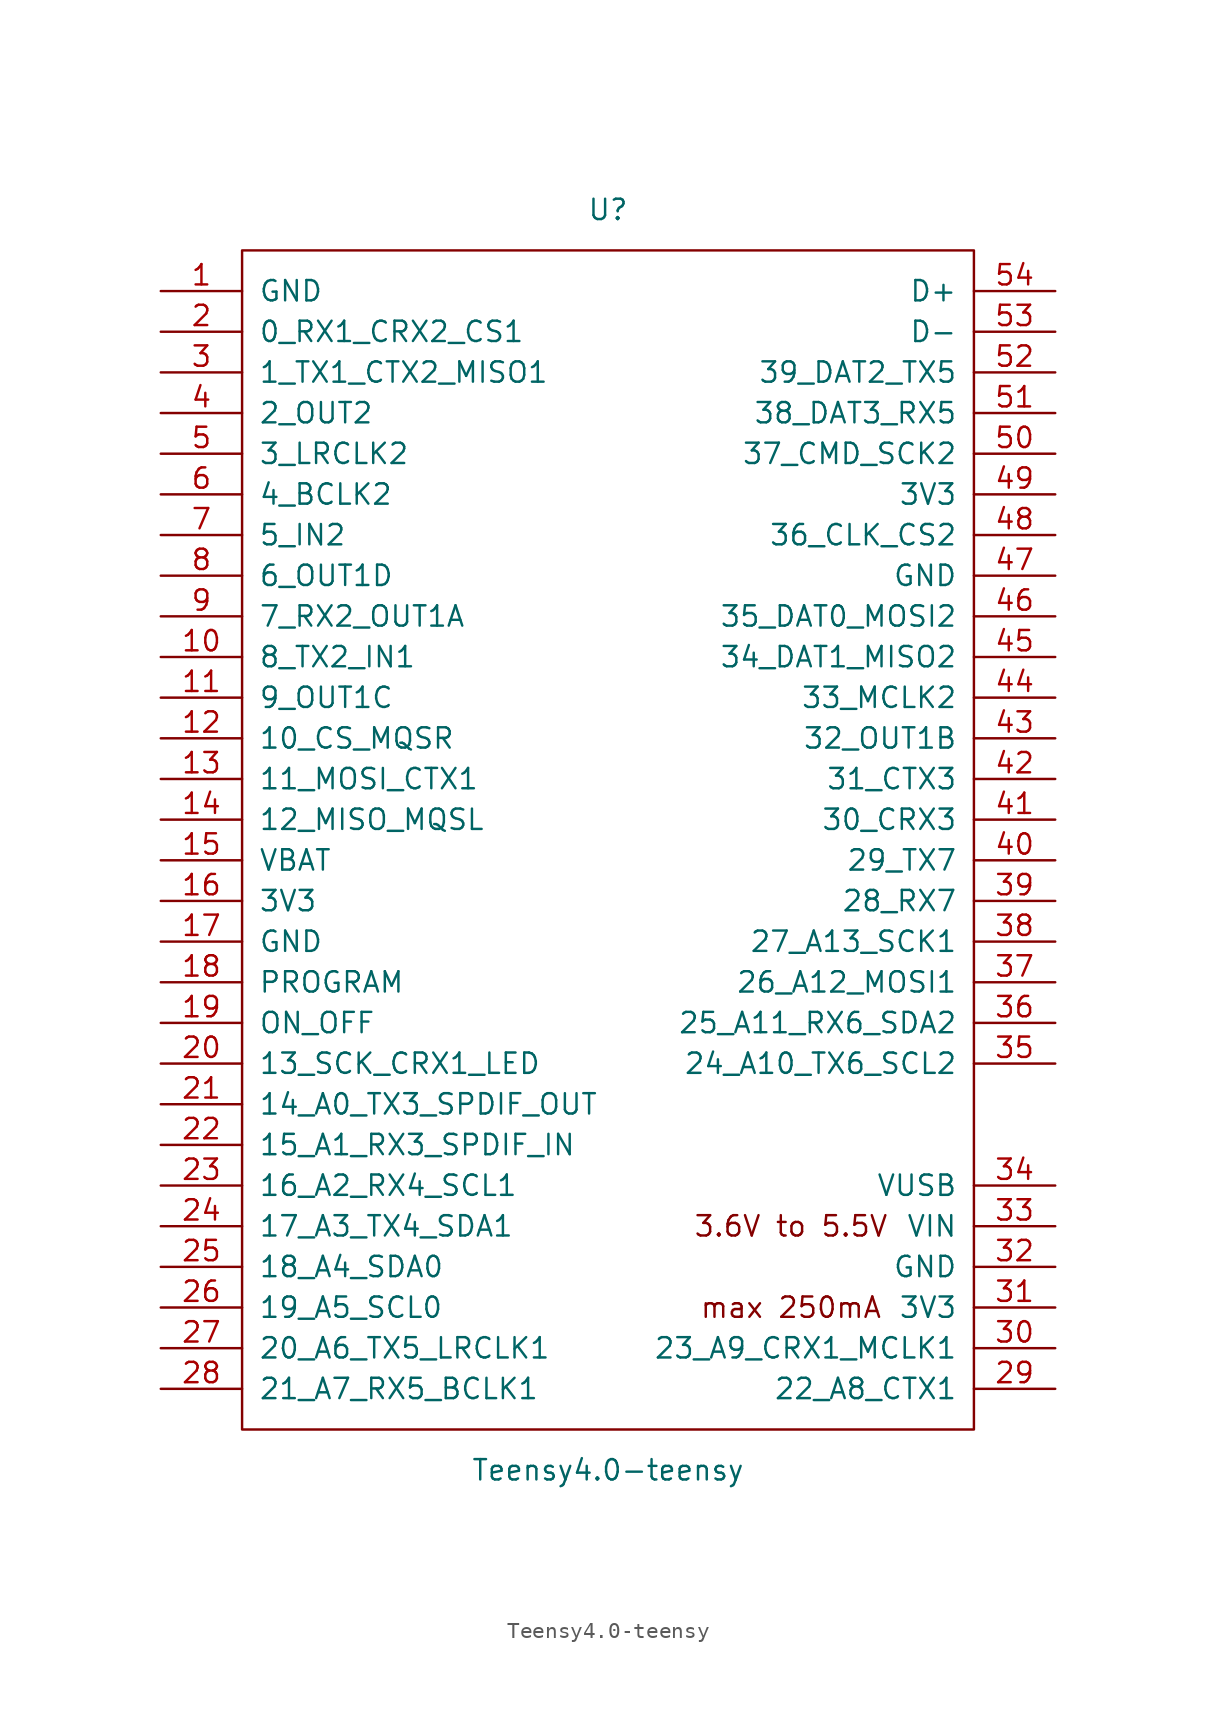
<source format=kicad_sym>
(kicad_symbol_lib
  (version 20211014)
  (generator kicad_symbol_editor)
  (symbol "Teensy4.0-teensy"
    (pin_names
      (offset 1.016))
    (property "Reference" "U"
      (at 0 39.37 0)
      (effects (font (size 1.27 1.27))))
    (property "Value" "Teensy4.0-teensy"
      (at 0 -39.37 0)
      (effects (font (size 1.27 1.27))))
    (symbol "Teensy4.0-teensy_0_0"
      (text "3.6V to 5.5V" (at 11.43 -24.13 0) (effects (font (size 1.27 1.27))))
      (text "max 250mA" (at 11.43 -29.21 0) (effects (font (size 1.27 1.27))))
      (pin bidirectional line (at -27.94 11.43 0) (length 5.08) (name "8_TX2_IN1" (effects (font (size 1.27 1.27)))) (number "10" (effects (font (size 1.27 1.27)))))
      (pin bidirectional line (at -27.94 8.89 0) (length 5.08) (name "9_OUT1C" (effects (font (size 1.27 1.27)))) (number "11" (effects (font (size 1.27 1.27)))))
      (pin bidirectional line (at -27.94 6.35 0) (length 5.08) (name "10_CS_MQSR" (effects (font (size 1.27 1.27)))) (number "12" (effects (font (size 1.27 1.27)))))
      (pin bidirectional line (at -27.94 3.81 0) (length 5.08) (name "11_MOSI_CTX1" (effects (font (size 1.27 1.27)))) (number "13" (effects (font (size 1.27 1.27)))))
      (pin bidirectional line (at -27.94 1.27 0) (length 5.08) (name "12_MISO_MQSL" (effects (font (size 1.27 1.27)))) (number "14" (effects (font (size 1.27 1.27)))))
      (pin power_in line (at -27.94 -1.27 0) (length 5.08) (name "VBAT" (effects (font (size 1.27 1.27)))) (number "15" (effects (font (size 1.27 1.27)))))
      (pin power_in line (at -27.94 -3.81 0) (length 5.08) (name "3V3" (effects (font (size 1.27 1.27)))) (number "16" (effects (font (size 1.27 1.27)))))
      (pin power_in line (at -27.94 -6.35 0) (length 5.08) (name "GND" (effects (font (size 1.27 1.27)))) (number "17" (effects (font (size 1.27 1.27)))))
      (pin input line (at -27.94 -8.89 0) (length 5.08) (name "PROGRAM" (effects (font (size 1.27 1.27)))) (number "18" (effects (font (size 1.27 1.27)))))
      (pin input line (at -27.94 -11.43 0) (length 5.08) (name "ON_OFF" (effects (font (size 1.27 1.27)))) (number "19" (effects (font (size 1.27 1.27)))))
      (pin bidirectional line (at -27.94 -13.97 0) (length 5.08) (name "13_SCK_CRX1_LED" (effects (font (size 1.27 1.27)))) (number "20" (effects (font (size 1.27 1.27)))))
      (pin bidirectional line (at -27.94 -16.51 0) (length 5.08) (name "14_A0_TX3_SPDIF_OUT" (effects (font (size 1.27 1.27)))) (number "21" (effects (font (size 1.27 1.27)))))
      (pin bidirectional line (at -27.94 -19.05 0) (length 5.08) (name "15_A1_RX3_SPDIF_IN" (effects (font (size 1.27 1.27)))) (number "22" (effects (font (size 1.27 1.27)))))
      (pin bidirectional line (at -27.94 -21.59 0) (length 5.08) (name "16_A2_RX4_SCL1" (effects (font (size 1.27 1.27)))) (number "23" (effects (font (size 1.27 1.27)))))
      (pin bidirectional line (at -27.94 -24.13 0) (length 5.08) (name "17_A3_TX4_SDA1" (effects (font (size 1.27 1.27)))) (number "24" (effects (font (size 1.27 1.27)))))
      (pin bidirectional line (at -27.94 -26.67 0) (length 5.08) (name "18_A4_SDA0" (effects (font (size 1.27 1.27)))) (number "25" (effects (font (size 1.27 1.27)))))
      (pin bidirectional line (at -27.94 -29.21 0) (length 5.08) (name "19_A5_SCL0" (effects (font (size 1.27 1.27)))) (number "26" (effects (font (size 1.27 1.27)))))
      (pin bidirectional line (at -27.94 -31.75 0) (length 5.08) (name "20_A6_TX5_LRCLK1" (effects (font (size 1.27 1.27)))) (number "27" (effects (font (size 1.27 1.27)))))
      (pin bidirectional line (at -27.94 -34.29 0) (length 5.08) (name "21_A7_RX5_BCLK1" (effects (font (size 1.27 1.27)))) (number "28" (effects (font (size 1.27 1.27)))))
      (pin bidirectional line (at 27.94 -34.29 180) (length 5.08) (name "22_A8_CTX1" (effects (font (size 1.27 1.27)))) (number "29" (effects (font (size 1.27 1.27)))))
      (pin bidirectional line (at 27.94 -31.75 180) (length 5.08) (name "23_A9_CRX1_MCLK1" (effects (font (size 1.27 1.27)))) (number "30" (effects (font (size 1.27 1.27)))))
      (pin power_out line (at 27.94 -29.21 180) (length 5.08) (name "3V3" (effects (font (size 1.27 1.27)))) (number "31" (effects (font (size 1.27 1.27)))))
      (pin power_in line (at 27.94 -26.67 180) (length 5.08) (name "GND" (effects (font (size 1.27 1.27)))) (number "32" (effects (font (size 1.27 1.27)))))
      (pin power_in line (at 27.94 -24.13 180) (length 5.08) (name "VIN" (effects (font (size 1.27 1.27)))) (number "33" (effects (font (size 1.27 1.27)))))
      (pin power_out line (at 27.94 -21.59 180) (length 5.08) (name "VUSB" (effects (font (size 1.27 1.27)))) (number "34" (effects (font (size 1.27 1.27)))))
      (pin bidirectional line (at 27.94 -13.97 180) (length 5.08) (name "24_A10_TX6_SCL2" (effects (font (size 1.27 1.27)))) (number "35" (effects (font (size 1.27 1.27)))))
      (pin bidirectional line (at 27.94 -11.43 180) (length 5.08) (name "25_A11_RX6_SDA2" (effects (font (size 1.27 1.27)))) (number "36" (effects (font (size 1.27 1.27)))))
      (pin bidirectional line (at 27.94 -8.89 180) (length 5.08) (name "26_A12_MOSI1" (effects (font (size 1.27 1.27)))) (number "37" (effects (font (size 1.27 1.27)))))
      (pin bidirectional line (at 27.94 -6.35 180) (length 5.08) (name "27_A13_SCK1" (effects (font (size 1.27 1.27)))) (number "38" (effects (font (size 1.27 1.27)))))
      (pin bidirectional line (at 27.94 -3.81 180) (length 5.08) (name "28_RX7" (effects (font (size 1.27 1.27)))) (number "39" (effects (font (size 1.27 1.27)))))
      (pin bidirectional line (at 27.94 -1.27 180) (length 5.08) (name "29_TX7" (effects (font (size 1.27 1.27)))) (number "40" (effects (font (size 1.27 1.27)))))
      (pin bidirectional line (at 27.94 1.27 180) (length 5.08) (name "30_CRX3" (effects (font (size 1.27 1.27)))) (number "41" (effects (font (size 1.27 1.27)))))
      (pin bidirectional line (at 27.94 3.81 180) (length 5.08) (name "31_CTX3" (effects (font (size 1.27 1.27)))) (number "42" (effects (font (size 1.27 1.27)))))
      (pin bidirectional line (at 27.94 6.35 180) (length 5.08) (name "32_OUT1B" (effects (font (size 1.27 1.27)))) (number "43" (effects (font (size 1.27 1.27)))))
      (pin bidirectional line (at 27.94 8.89 180) (length 5.08) (name "33_MCLK2" (effects (font (size 1.27 1.27)))) (number "44" (effects (font (size 1.27 1.27)))))
      (pin bidirectional line (at 27.94 11.43 180) (length 5.08) (name "34_DAT1_MISO2" (effects (font (size 1.27 1.27)))) (number "45" (effects (font (size 1.27 1.27)))))
      (pin bidirectional line (at 27.94 13.97 180) (length 5.08) (name "35_DAT0_MOSI2" (effects (font (size 1.27 1.27)))) (number "46" (effects (font (size 1.27 1.27)))))
      (pin power_out line (at 27.94 16.51 180) (length 5.08) (name "GND" (effects (font (size 1.27 1.27)))) (number "47" (effects (font (size 1.27 1.27)))))
      (pin bidirectional line (at 27.94 19.05 180) (length 5.08) (name "36_CLK_CS2" (effects (font (size 1.27 1.27)))) (number "48" (effects (font (size 1.27 1.27)))))
      (pin power_out line (at 27.94 21.59 180) (length 5.08) (name "3V3" (effects (font (size 1.27 1.27)))) (number "49" (effects (font (size 1.27 1.27)))))
      (pin bidirectional line (at -27.94 24.13 0) (length 5.08) (name "3_LRCLK2" (effects (font (size 1.27 1.27)))) (number "5" (effects (font (size 1.27 1.27)))))
      (pin bidirectional line (at 27.94 24.13 180) (length 5.08) (name "37_CMD_SCK2" (effects (font (size 1.27 1.27)))) (number "50" (effects (font (size 1.27 1.27)))))
      (pin bidirectional line (at 27.94 26.67 180) (length 5.08) (name "38_DAT3_RX5" (effects (font (size 1.27 1.27)))) (number "51" (effects (font (size 1.27 1.27)))))
      (pin bidirectional line (at 27.94 29.21 180) (length 5.08) (name "39_DAT2_TX5" (effects (font (size 1.27 1.27)))) (number "52" (effects (font (size 1.27 1.27)))))
      (pin bidirectional line (at 27.94 31.75 180) (length 5.08) (name "D-" (effects (font (size 1.27 1.27)))) (number "53" (effects (font (size 1.27 1.27)))))
      (pin bidirectional line (at 27.94 34.29 180) (length 5.08) (name "D+" (effects (font (size 1.27 1.27)))) (number "54" (effects (font (size 1.27 1.27)))))
      (pin bidirectional line (at -27.94 21.59 0) (length 5.08) (name "4_BCLK2" (effects (font (size 1.27 1.27)))) (number "6" (effects (font (size 1.27 1.27)))))
      (pin bidirectional line (at -27.94 19.05 0) (length 5.08) (name "5_IN2" (effects (font (size 1.27 1.27)))) (number "7" (effects (font (size 1.27 1.27)))))
      (pin bidirectional line (at -27.94 16.51 0) (length 5.08) (name "6_OUT1D" (effects (font (size 1.27 1.27)))) (number "8" (effects (font (size 1.27 1.27)))))
      (pin bidirectional line (at -27.94 13.97 0) (length 5.08) (name "7_RX2_OUT1A" (effects (font (size 1.27 1.27)))) (number "9" (effects (font (size 1.27 1.27))))))
    (symbol "Teensy4.0-teensy_0_1"
      (rectangle (start -22.86 36.83) (end 22.86 -36.83) (stroke (width 0) (type default) (color 0 0 0 0)) (fill (type none)))
      (rectangle (start -20.32 -31.75) (end -20.32 -31.75) (stroke (width 0) (type default) (color 0 0 0 0)) (fill (type none))))
    (symbol "Teensy4.0-teensy_1_1"
      (pin power_in line (at -27.94 34.29 0) (length 5.08) (name "GND" (effects (font (size 1.27 1.27)))) (number "1" (effects (font (size 1.27 1.27)))))
      (pin bidirectional line (at -27.94 31.75 0) (length 5.08) (name "0_RX1_CRX2_CS1" (effects (font (size 1.27 1.27)))) (number "2" (effects (font (size 1.27 1.27)))))
      (pin bidirectional line (at -27.94 29.21 0) (length 5.08) (name "1_TX1_CTX2_MISO1" (effects (font (size 1.27 1.27)))) (number "3" (effects (font (size 1.27 1.27)))))
      (pin bidirectional line (at -27.94 26.67 0) (length 5.08) (name "2_OUT2" (effects (font (size 1.27 1.27)))) (number "4" (effects (font (size 1.27 1.27))))))))
</source>
